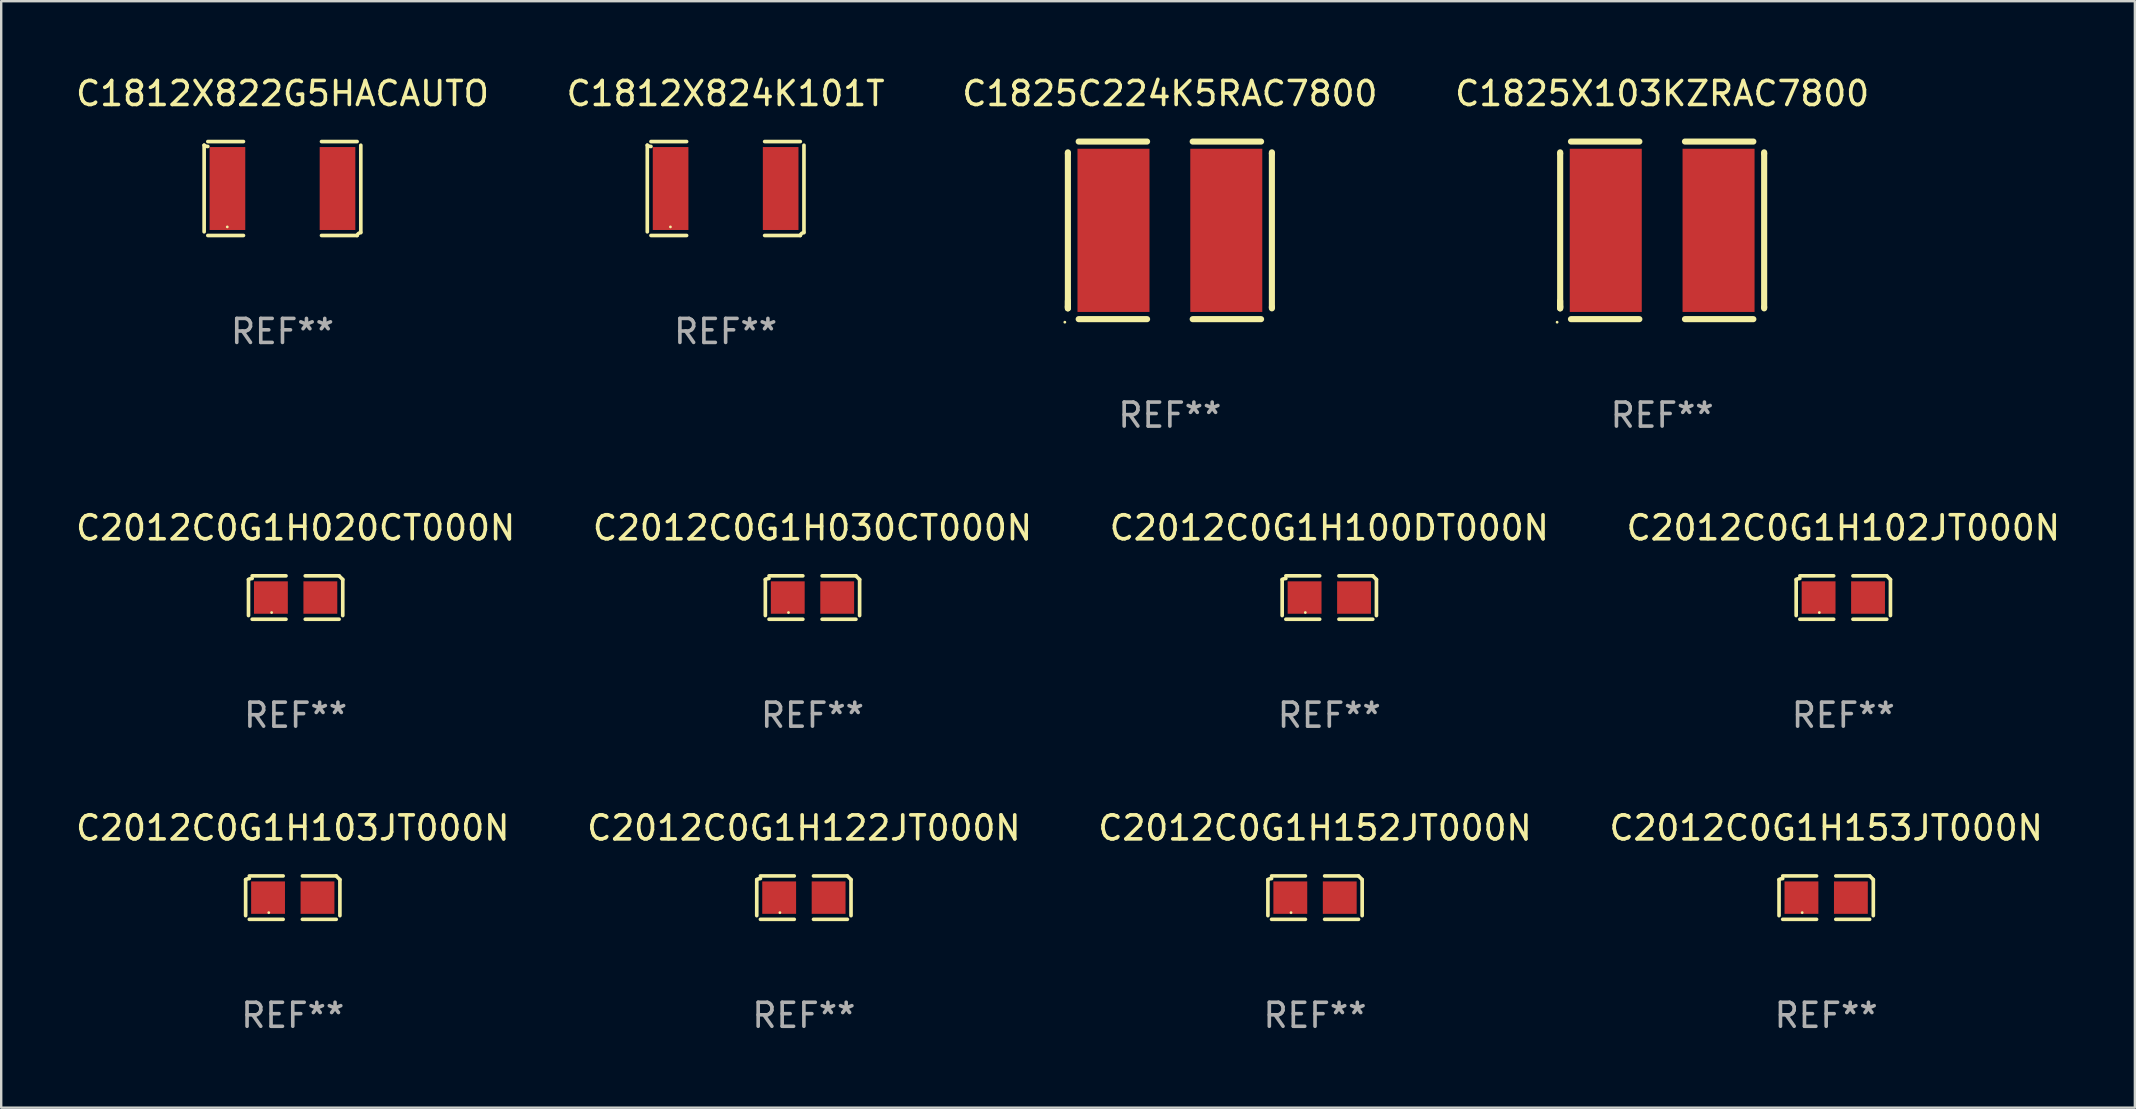
<source format=kicad_pcb>
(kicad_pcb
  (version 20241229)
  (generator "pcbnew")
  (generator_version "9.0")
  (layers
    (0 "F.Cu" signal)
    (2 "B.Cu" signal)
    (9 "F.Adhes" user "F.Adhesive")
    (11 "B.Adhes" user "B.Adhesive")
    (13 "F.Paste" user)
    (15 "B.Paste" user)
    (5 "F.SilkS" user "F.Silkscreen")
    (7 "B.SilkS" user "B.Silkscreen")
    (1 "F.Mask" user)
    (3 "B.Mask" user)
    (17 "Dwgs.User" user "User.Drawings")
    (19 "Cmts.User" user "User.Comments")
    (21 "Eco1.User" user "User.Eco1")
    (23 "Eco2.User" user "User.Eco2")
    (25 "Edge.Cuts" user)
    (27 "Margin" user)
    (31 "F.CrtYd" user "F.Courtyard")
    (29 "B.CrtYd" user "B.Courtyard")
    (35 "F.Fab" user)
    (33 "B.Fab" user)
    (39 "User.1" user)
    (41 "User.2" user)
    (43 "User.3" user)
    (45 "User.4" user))
  (footprint "C2012C0G1H122JT000N"
    (layer "F.Cu")
    (at 30.446 34.352)
    (property "Reference" "C2012C0G1H122JT000N" (at 0 -2.904 0) (layer "F.SilkS") (effects (font (size 1 1) (thickness 0.15))))
    (attr through_hole)
    (fp_line (start -1.964 0.751) (end -1.964 -0.751) (stroke (width 0.152) (type solid)) (layer "F.SilkS"))
    (fp_line (start -1.811 -0.904) (end -0.401 -0.904) (stroke (width 0.152) (type solid)) (layer "F.SilkS"))
    (fp_line (start -0.401 0.904) (end -1.811 0.904) (stroke (width 0.152) (type solid)) (layer "F.SilkS"))
    (fp_line (start 0.401 0.904) (end 1.811 0.904) (stroke (width 0.152) (type solid)) (layer "F.SilkS"))
    (fp_line (start 1.811 -0.904) (end 0.401 -0.904) (stroke (width 0.152) (type solid)) (layer "F.SilkS"))
    (fp_line (start 1.964 0.751) (end 1.964 -0.751) (stroke (width 0.152) (type solid)) (layer "F.SilkS"))
    (fp_arc (start -1.963602 -0.751207) (mid -1.890354 -0.783131) (end -1.811201 -0.794044) (stroke (width 0.1524) (type solid)) (layer "F.SilkS"))
    (fp_arc (start 1.811202 -0.903607) (mid 1.887413 -0.827418) (end 1.963602 -0.751207) (stroke (width 0.1524) (type solid)) (layer "F.SilkS"))
    (fp_circle (center -1 0.625) (end -0.97 0.625) (stroke (width 0.06) (type solid)) (fill no) (layer "F.SilkS"))
    (fp_text user "REF**" (at 0 4.904 0) (layer "F.Fab") (effects (font (size 1 1) (thickness 0.15))))
    (pad "1" smd rect (at -1.03 0) (size 1.41 1.35) (layers "F.Cu" "F.Mask" "F.Paste"))
    (pad "2" smd rect (at 1.03 0) (size 1.41 1.35) (layers "F.Cu" "F.Mask" "F.Paste")))
  (footprint "C2012C0G1H100DT000N"
    (layer "F.Cu")
    (at 52.339 21.848)
    (property "Reference" "C2012C0G1H100DT000N" (at 0 -2.904 0) (layer "F.SilkS") (effects (font (size 1 1) (thickness 0.15))))
    (attr through_hole)
    (fp_line (start -1.964 0.751) (end -1.964 -0.751) (stroke (width 0.152) (type solid)) (layer "F.SilkS"))
    (fp_line (start -1.811 -0.904) (end -0.401 -0.904) (stroke (width 0.152) (type solid)) (layer "F.SilkS"))
    (fp_line (start -0.401 0.904) (end -1.811 0.904) (stroke (width 0.152) (type solid)) (layer "F.SilkS"))
    (fp_line (start 0.401 0.904) (end 1.811 0.904) (stroke (width 0.152) (type solid)) (layer "F.SilkS"))
    (fp_line (start 1.811 -0.904) (end 0.401 -0.904) (stroke (width 0.152) (type solid)) (layer "F.SilkS"))
    (fp_line (start 1.964 0.751) (end 1.964 -0.751) (stroke (width 0.152) (type solid)) (layer "F.SilkS"))
    (fp_arc (start -1.963602 -0.751207) (mid -1.890354 -0.783131) (end -1.811201 -0.794044) (stroke (width 0.1524) (type solid)) (layer "F.SilkS"))
    (fp_arc (start 1.811202 -0.903607) (mid 1.887413 -0.827418) (end 1.963602 -0.751207) (stroke (width 0.1524) (type solid)) (layer "F.SilkS"))
    (fp_circle (center -1 0.625) (end -0.97 0.625) (stroke (width 0.06) (type solid)) (fill no) (layer "F.SilkS"))
    (fp_text user "REF**" (at 0 4.904 0) (layer "F.Fab") (effects (font (size 1 1) (thickness 0.15))))
    (pad "1" smd rect (at -1.03 0) (size 1.41 1.35) (layers "F.Cu" "F.Mask" "F.Paste"))
    (pad "2" smd rect (at 1.03 0) (size 1.41 1.35) (layers "F.Cu" "F.Mask" "F.Paste")))
  (footprint "C2012C0G1H020CT000N"
    (layer "F.Cu")
    (at 9.268 21.848)
    (property "Reference" "C2012C0G1H020CT000N" (at 0 -2.904 0) (layer "F.SilkS") (effects (font (size 1 1) (thickness 0.15))))
    (attr through_hole)
    (fp_line (start -1.964 0.751) (end -1.964 -0.751) (stroke (width 0.152) (type solid)) (layer "F.SilkS"))
    (fp_line (start -1.811 -0.904) (end -0.401 -0.904) (stroke (width 0.152) (type solid)) (layer "F.SilkS"))
    (fp_line (start -0.401 0.904) (end -1.811 0.904) (stroke (width 0.152) (type solid)) (layer "F.SilkS"))
    (fp_line (start 0.401 0.904) (end 1.811 0.904) (stroke (width 0.152) (type solid)) (layer "F.SilkS"))
    (fp_line (start 1.811 -0.904) (end 0.401 -0.904) (stroke (width 0.152) (type solid)) (layer "F.SilkS"))
    (fp_line (start 1.964 0.751) (end 1.964 -0.751) (stroke (width 0.152) (type solid)) (layer "F.SilkS"))
    (fp_arc (start -1.963602 -0.751207) (mid -1.890354 -0.783131) (end -1.811201 -0.794044) (stroke (width 0.1524) (type solid)) (layer "F.SilkS"))
    (fp_arc (start 1.811202 -0.903607) (mid 1.887413 -0.827418) (end 1.963602 -0.751207) (stroke (width 0.1524) (type solid)) (layer "F.SilkS"))
    (fp_circle (center -1 0.625) (end -0.97 0.625) (stroke (width 0.06) (type solid)) (fill no) (layer "F.SilkS"))
    (fp_text user "REF**" (at 0 4.904 0) (layer "F.Fab") (effects (font (size 1 1) (thickness 0.15))))
    (pad "1" smd rect (at -1.03 0) (size 1.41 1.35) (layers "F.Cu" "F.Mask" "F.Paste"))
    (pad "2" smd rect (at 1.03 0) (size 1.41 1.35) (layers "F.Cu" "F.Mask" "F.Paste")))
  (footprint "C2012C0G1H152JT000N"
    (layer "F.Cu")
    (at 51.744 34.352)
    (property "Reference" "C2012C0G1H152JT000N" (at 0 -2.904 0) (layer "F.SilkS") (effects (font (size 1 1) (thickness 0.15))))
    (attr through_hole)
    (fp_line (start -1.964 0.751) (end -1.964 -0.751) (stroke (width 0.152) (type solid)) (layer "F.SilkS"))
    (fp_line (start -1.811 -0.904) (end -0.401 -0.904) (stroke (width 0.152) (type solid)) (layer "F.SilkS"))
    (fp_line (start -0.401 0.904) (end -1.811 0.904) (stroke (width 0.152) (type solid)) (layer "F.SilkS"))
    (fp_line (start 0.401 0.904) (end 1.811 0.904) (stroke (width 0.152) (type solid)) (layer "F.SilkS"))
    (fp_line (start 1.811 -0.904) (end 0.401 -0.904) (stroke (width 0.152) (type solid)) (layer "F.SilkS"))
    (fp_line (start 1.964 0.751) (end 1.964 -0.751) (stroke (width 0.152) (type solid)) (layer "F.SilkS"))
    (fp_arc (start -1.963602 -0.751207) (mid -1.890354 -0.783131) (end -1.811201 -0.794044) (stroke (width 0.1524) (type solid)) (layer "F.SilkS"))
    (fp_arc (start 1.811202 -0.903607) (mid 1.887413 -0.827418) (end 1.963602 -0.751207) (stroke (width 0.1524) (type solid)) (layer "F.SilkS"))
    (fp_circle (center -1 0.625) (end -0.97 0.625) (stroke (width 0.06) (type solid)) (fill no) (layer "F.SilkS"))
    (fp_text user "REF**" (at 0 4.904 0) (layer "F.Fab") (effects (font (size 1 1) (thickness 0.15))))
    (pad "1" smd rect (at -1.03 0) (size 1.41 1.35) (layers "F.Cu" "F.Mask" "F.Paste"))
    (pad "2" smd rect (at 1.03 0) (size 1.41 1.35) (layers "F.Cu" "F.Mask" "F.Paste")))
  (footprint "C2012C0G1H030CT000N"
    (layer "F.Cu")
    (at 30.804 21.848)
    (property "Reference" "C2012C0G1H030CT000N" (at 0 -2.904 0) (layer "F.SilkS") (effects (font (size 1 1) (thickness 0.15))))
    (attr through_hole)
    (fp_line (start -1.964 0.751) (end -1.964 -0.751) (stroke (width 0.152) (type solid)) (layer "F.SilkS"))
    (fp_line (start -1.811 -0.904) (end -0.401 -0.904) (stroke (width 0.152) (type solid)) (layer "F.SilkS"))
    (fp_line (start -0.401 0.904) (end -1.811 0.904) (stroke (width 0.152) (type solid)) (layer "F.SilkS"))
    (fp_line (start 0.401 0.904) (end 1.811 0.904) (stroke (width 0.152) (type solid)) (layer "F.SilkS"))
    (fp_line (start 1.811 -0.904) (end 0.401 -0.904) (stroke (width 0.152) (type solid)) (layer "F.SilkS"))
    (fp_line (start 1.964 0.751) (end 1.964 -0.751) (stroke (width 0.152) (type solid)) (layer "F.SilkS"))
    (fp_arc (start -1.963602 -0.751207) (mid -1.890354 -0.783131) (end -1.811201 -0.794044) (stroke (width 0.1524) (type solid)) (layer "F.SilkS"))
    (fp_arc (start 1.811202 -0.903607) (mid 1.887413 -0.827418) (end 1.963602 -0.751207) (stroke (width 0.1524) (type solid)) (layer "F.SilkS"))
    (fp_circle (center -1 0.625) (end -0.97 0.625) (stroke (width 0.06) (type solid)) (fill no) (layer "F.SilkS"))
    (fp_text user "REF**" (at 0 4.904 0) (layer "F.Fab") (effects (font (size 1 1) (thickness 0.15))))
    (pad "1" smd rect (at -1.03 0) (size 1.41 1.35) (layers "F.Cu" "F.Mask" "F.Paste"))
    (pad "2" smd rect (at 1.03 0) (size 1.41 1.35) (layers "F.Cu" "F.Mask" "F.Paste")))
  (footprint "C2012C0G1H102JT000N"
    (layer "F.Cu")
    (at 73.756 21.848)
    (property "Reference" "C2012C0G1H102JT000N" (at 0 -2.904 0) (layer "F.SilkS") (effects (font (size 1 1) (thickness 0.15))))
    (attr through_hole)
    (fp_line (start -1.964 0.751) (end -1.964 -0.751) (stroke (width 0.152) (type solid)) (layer "F.SilkS"))
    (fp_line (start -1.811 -0.904) (end -0.401 -0.904) (stroke (width 0.152) (type solid)) (layer "F.SilkS"))
    (fp_line (start -0.401 0.904) (end -1.811 0.904) (stroke (width 0.152) (type solid)) (layer "F.SilkS"))
    (fp_line (start 0.401 0.904) (end 1.811 0.904) (stroke (width 0.152) (type solid)) (layer "F.SilkS"))
    (fp_line (start 1.811 -0.904) (end 0.401 -0.904) (stroke (width 0.152) (type solid)) (layer "F.SilkS"))
    (fp_line (start 1.964 0.751) (end 1.964 -0.751) (stroke (width 0.152) (type solid)) (layer "F.SilkS"))
    (fp_arc (start -1.963602 -0.751207) (mid -1.890354 -0.783131) (end -1.811201 -0.794044) (stroke (width 0.1524) (type solid)) (layer "F.SilkS"))
    (fp_arc (start 1.811202 -0.903607) (mid 1.887413 -0.827418) (end 1.963602 -0.751207) (stroke (width 0.1524) (type solid)) (layer "F.SilkS"))
    (fp_circle (center -1 0.625) (end -0.97 0.625) (stroke (width 0.06) (type solid)) (fill no) (layer "F.SilkS"))
    (fp_text user "REF**" (at 0 4.904 0) (layer "F.Fab") (effects (font (size 1 1) (thickness 0.15))))
    (pad "1" smd rect (at -1.03 0) (size 1.41 1.35) (layers "F.Cu" "F.Mask" "F.Paste"))
    (pad "2" smd rect (at 1.03 0) (size 1.41 1.35) (layers "F.Cu" "F.Mask" "F.Paste")))
  (footprint "C2012C0G1H103JT000N"
    (layer "F.Cu")
    (at 9.149 34.352)
    (property "Reference" "C2012C0G1H103JT000N" (at 0 -2.904 0) (layer "F.SilkS") (effects (font (size 1 1) (thickness 0.15))))
    (attr through_hole)
    (fp_line (start -1.964 0.751) (end -1.964 -0.751) (stroke (width 0.152) (type solid)) (layer "F.SilkS"))
    (fp_line (start -1.811 -0.904) (end -0.401 -0.904) (stroke (width 0.152) (type solid)) (layer "F.SilkS"))
    (fp_line (start -0.401 0.904) (end -1.811 0.904) (stroke (width 0.152) (type solid)) (layer "F.SilkS"))
    (fp_line (start 0.401 0.904) (end 1.811 0.904) (stroke (width 0.152) (type solid)) (layer "F.SilkS"))
    (fp_line (start 1.811 -0.904) (end 0.401 -0.904) (stroke (width 0.152) (type solid)) (layer "F.SilkS"))
    (fp_line (start 1.964 0.751) (end 1.964 -0.751) (stroke (width 0.152) (type solid)) (layer "F.SilkS"))
    (fp_arc (start -1.963602 -0.751207) (mid -1.890354 -0.783131) (end -1.811201 -0.794044) (stroke (width 0.1524) (type solid)) (layer "F.SilkS"))
    (fp_arc (start 1.811202 -0.903607) (mid 1.887413 -0.827418) (end 1.963602 -0.751207) (stroke (width 0.1524) (type solid)) (layer "F.SilkS"))
    (fp_circle (center -1 0.625) (end -0.97 0.625) (stroke (width 0.06) (type solid)) (fill no) (layer "F.SilkS"))
    (fp_text user "REF**" (at 0 4.904 0) (layer "F.Fab") (effects (font (size 1 1) (thickness 0.15))))
    (pad "1" smd rect (at -1.03 0) (size 1.41 1.35) (layers "F.Cu" "F.Mask" "F.Paste"))
    (pad "2" smd rect (at 1.03 0) (size 1.41 1.35) (layers "F.Cu" "F.Mask" "F.Paste")))
  (footprint "C1812X824K101T"
    (layer "F.Cu")
    (at 27.185 4.805)
    (property "Reference" "C1812X824K101T" (at 0 -3.957 0) (layer "F.SilkS") (effects (font (size 1 1) (thickness 0.15))))
    (attr through_hole)
    (fp_line (start -3.264 1.804) (end -3.264 -1.804) (stroke (width 0.152) (type solid)) (layer "F.SilkS"))
    (fp_line (start -3.111 -1.957) (end -1.626 -1.957) (stroke (width 0.152) (type solid)) (layer "F.SilkS"))
    (fp_line (start -1.626 1.957) (end -3.111 1.957) (stroke (width 0.152) (type solid)) (layer "F.SilkS"))
    (fp_line (start 1.626 1.957) (end 3.111 1.957) (stroke (width 0.152) (type solid)) (layer "F.SilkS"))
    (fp_line (start 3.111 -1.957) (end 1.626 -1.957) (stroke (width 0.152) (type solid)) (layer "F.SilkS"))
    (fp_line (start 3.264 1.804) (end 3.264 -1.804) (stroke (width 0.152) (type solid)) (layer "F.SilkS"))
    (fp_arc (start -3.111202 -1.752192) (mid -3.191715 -1.76555) (end -3.263602 -1.804191) (stroke (width 0.1524) (type solid)) (layer "F.SilkS"))
    (fp_arc (start 3.111201 1.956591) (mid 3.167789 1.872777) (end 3.263602 1.840424) (stroke (width 0.1524) (type solid)) (layer "F.SilkS"))
    (fp_circle (center -2.3 1.6) (end -2.27 1.6) (stroke (width 0.06) (type solid)) (fill no) (layer "F.SilkS"))
    (fp_text user "REF**" (at 0 5.957 0) (layer "F.Fab") (effects (font (size 1 1) (thickness 0.15))))
    (pad "1" smd rect (at -2.293 0) (size 1.485 3.456) (layers "F.Cu" "F.Mask" "F.Paste"))
    (pad "2" smd rect (at 2.293 0) (size 1.485 3.456) (layers "F.Cu" "F.Mask" "F.Paste")))
  (footprint "C1825X103KZRAC7800"
    (layer "F.Cu")
    (at 66.208 6.548)
    (property "Reference" "C1825X103KZRAC7800" (at 0 -5.7 0) (layer "F.SilkS") (effects (font (size 1 1) (thickness 0.15))))
    (attr through_hole)
    (fp_line (start -4.25 -3.25) (end -4.25 -3.2) (stroke (width 0.254) (type solid)) (layer "F.SilkS"))
    (fp_line (start -4.25 -3.2) (end -4.25 3.2) (stroke (width 0.254) (type solid)) (layer "F.SilkS"))
    (fp_line (start -4.25 3.25) (end -4.25 2.941) (stroke (width 0.254) (type solid)) (layer "F.SilkS"))
    (fp_line (start -4.25 3.25) (end -4.25 3.17) (stroke (width 0.254) (type solid)) (layer "F.SilkS"))
    (fp_line (start -0.95 -3.7) (end -3.8 -3.7) (stroke (width 0.254) (type solid)) (layer "F.SilkS"))
    (fp_line (start -0.95 3.7) (end -3.8 3.7) (stroke (width 0.254) (type solid)) (layer "F.SilkS"))
    (fp_line (start 0.95 -3.7) (end 3.8 -3.7) (stroke (width 0.254) (type solid)) (layer "F.SilkS"))
    (fp_line (start 0.95 3.7) (end 3.8 3.7) (stroke (width 0.254) (type solid)) (layer "F.SilkS"))
    (fp_line (start 4.25 -3.25) (end 4.25 -3.2) (stroke (width 0.254) (type solid)) (layer "F.SilkS"))
    (fp_line (start 4.25 -3.2) (end 4.25 3.2) (stroke (width 0.254) (type solid)) (layer "F.SilkS"))
    (fp_line (start 4.25 3.25) (end 4.25 3.2) (stroke (width 0.254) (type solid)) (layer "F.SilkS"))
    (fp_circle (center -4.377 3.827) (end -4.347 3.827) (stroke (width 0.06) (type solid)) (fill no) (layer "F.SilkS"))
    (fp_text user "REF**" (at 0 7.7 0) (layer "F.Fab") (effects (font (size 1 1) (thickness 0.15))))
    (pad "1" smd rect (at -2.35 0) (size 3 6.8) (layers "F.Cu" "F.Mask" "F.Paste"))
    (pad "2" smd rect (at 2.35 0) (size 3 6.8) (layers "F.Cu" "F.Mask" "F.Paste")))
  (footprint "C2012C0G1H153JT000N"
    (layer "F.Cu")
    (at 73.042 34.352)
    (property "Reference" "C2012C0G1H153JT000N" (at 0 -2.904 0) (layer "F.SilkS") (effects (font (size 1 1) (thickness 0.15))))
    (attr through_hole)
    (fp_line (start -1.964 0.751) (end -1.964 -0.751) (stroke (width 0.152) (type solid)) (layer "F.SilkS"))
    (fp_line (start -1.811 -0.904) (end -0.401 -0.904) (stroke (width 0.152) (type solid)) (layer "F.SilkS"))
    (fp_line (start -0.401 0.904) (end -1.811 0.904) (stroke (width 0.152) (type solid)) (layer "F.SilkS"))
    (fp_line (start 0.401 0.904) (end 1.811 0.904) (stroke (width 0.152) (type solid)) (layer "F.SilkS"))
    (fp_line (start 1.811 -0.904) (end 0.401 -0.904) (stroke (width 0.152) (type solid)) (layer "F.SilkS"))
    (fp_line (start 1.964 0.751) (end 1.964 -0.751) (stroke (width 0.152) (type solid)) (layer "F.SilkS"))
    (fp_arc (start -1.963602 -0.751207) (mid -1.890354 -0.783131) (end -1.811201 -0.794044) (stroke (width 0.1524) (type solid)) (layer "F.SilkS"))
    (fp_arc (start 1.811202 -0.903607) (mid 1.887413 -0.827418) (end 1.963602 -0.751207) (stroke (width 0.1524) (type solid)) (layer "F.SilkS"))
    (fp_circle (center -1 0.625) (end -0.97 0.625) (stroke (width 0.06) (type solid)) (fill no) (layer "F.SilkS"))
    (fp_text user "REF**" (at 0 4.904 0) (layer "F.Fab") (effects (font (size 1 1) (thickness 0.15))))
    (pad "1" smd rect (at -1.03 0) (size 1.41 1.35) (layers "F.Cu" "F.Mask" "F.Paste"))
    (pad "2" smd rect (at 1.03 0) (size 1.41 1.35) (layers "F.Cu" "F.Mask" "F.Paste")))
  (footprint "C1812X822G5HACAUTO"
    (layer "F.Cu")
    (at 8.72 4.805)
    (property "Reference" "C1812X822G5HACAUTO" (at 0 -3.957 0) (layer "F.SilkS") (effects (font (size 1 1) (thickness 0.15))))
    (attr through_hole)
    (fp_line (start -3.264 1.804) (end -3.264 -1.804) (stroke (width 0.152) (type solid)) (layer "F.SilkS"))
    (fp_line (start -3.111 -1.957) (end -1.626 -1.957) (stroke (width 0.152) (type solid)) (layer "F.SilkS"))
    (fp_line (start -1.626 1.957) (end -3.111 1.957) (stroke (width 0.152) (type solid)) (layer "F.SilkS"))
    (fp_line (start 1.626 1.957) (end 3.111 1.957) (stroke (width 0.152) (type solid)) (layer "F.SilkS"))
    (fp_line (start 3.111 -1.957) (end 1.626 -1.957) (stroke (width 0.152) (type solid)) (layer "F.SilkS"))
    (fp_line (start 3.264 1.804) (end 3.264 -1.804) (stroke (width 0.152) (type solid)) (layer "F.SilkS"))
    (fp_arc (start -3.111202 -1.752192) (mid -3.191715 -1.76555) (end -3.263602 -1.804191) (stroke (width 0.1524) (type solid)) (layer "F.SilkS"))
    (fp_arc (start 3.111201 1.956591) (mid 3.167789 1.872777) (end 3.263602 1.840424) (stroke (width 0.1524) (type solid)) (layer "F.SilkS"))
    (fp_circle (center -2.3 1.6) (end -2.27 1.6) (stroke (width 0.06) (type solid)) (fill no) (layer "F.SilkS"))
    (fp_text user "REF**" (at 0 5.957 0) (layer "F.Fab") (effects (font (size 1 1) (thickness 0.15))))
    (pad "1" smd rect (at -2.293 0) (size 1.485 3.456) (layers "F.Cu" "F.Mask" "F.Paste"))
    (pad "2" smd rect (at 2.293 0) (size 1.485 3.456) (layers "F.Cu" "F.Mask" "F.Paste")))
  (footprint "C1825C224K5RAC7800"
    (layer "F.Cu")
    (at 45.696 6.548)
    (property "Reference" "C1825C224K5RAC7800" (at 0 -5.7 0) (layer "F.SilkS") (effects (font (size 1 1) (thickness 0.15))))
    (attr through_hole)
    (fp_line (start -4.25 -3.25) (end -4.25 -3.2) (stroke (width 0.254) (type solid)) (layer "F.SilkS"))
    (fp_line (start -4.25 -3.2) (end -4.25 3.2) (stroke (width 0.254) (type solid)) (layer "F.SilkS"))
    (fp_line (start -4.25 3.25) (end -4.25 2.941) (stroke (width 0.254) (type solid)) (layer "F.SilkS"))
    (fp_line (start -4.25 3.25) (end -4.25 3.17) (stroke (width 0.254) (type solid)) (layer "F.SilkS"))
    (fp_line (start -0.95 -3.7) (end -3.8 -3.7) (stroke (width 0.254) (type solid)) (layer "F.SilkS"))
    (fp_line (start -0.95 3.7) (end -3.8 3.7) (stroke (width 0.254) (type solid)) (layer "F.SilkS"))
    (fp_line (start 0.95 -3.7) (end 3.8 -3.7) (stroke (width 0.254) (type solid)) (layer "F.SilkS"))
    (fp_line (start 0.95 3.7) (end 3.8 3.7) (stroke (width 0.254) (type solid)) (layer "F.SilkS"))
    (fp_line (start 4.25 -3.25) (end 4.25 -3.2) (stroke (width 0.254) (type solid)) (layer "F.SilkS"))
    (fp_line (start 4.25 -3.2) (end 4.25 3.2) (stroke (width 0.254) (type solid)) (layer "F.SilkS"))
    (fp_line (start 4.25 3.25) (end 4.25 3.2) (stroke (width 0.254) (type solid)) (layer "F.SilkS"))
    (fp_circle (center -4.377 3.827) (end -4.347 3.827) (stroke (width 0.06) (type solid)) (fill no) (layer "F.SilkS"))
    (fp_text user "REF**" (at 0 7.7 0) (layer "F.Fab") (effects (font (size 1 1) (thickness 0.15))))
    (pad "1" smd rect (at -2.35 0) (size 3 6.8) (layers "F.Cu" "F.Mask" "F.Paste"))
    (pad "2" smd rect (at 2.35 0) (size 3 6.8) (layers "F.Cu" "F.Mask" "F.Paste")))
  (gr_rect
    (start -3 -3)
    (end 85.905 43.104)
    (stroke (width 0.1) (type default))
    (fill no)
    (layer "Edge.Cuts")))
</source>
